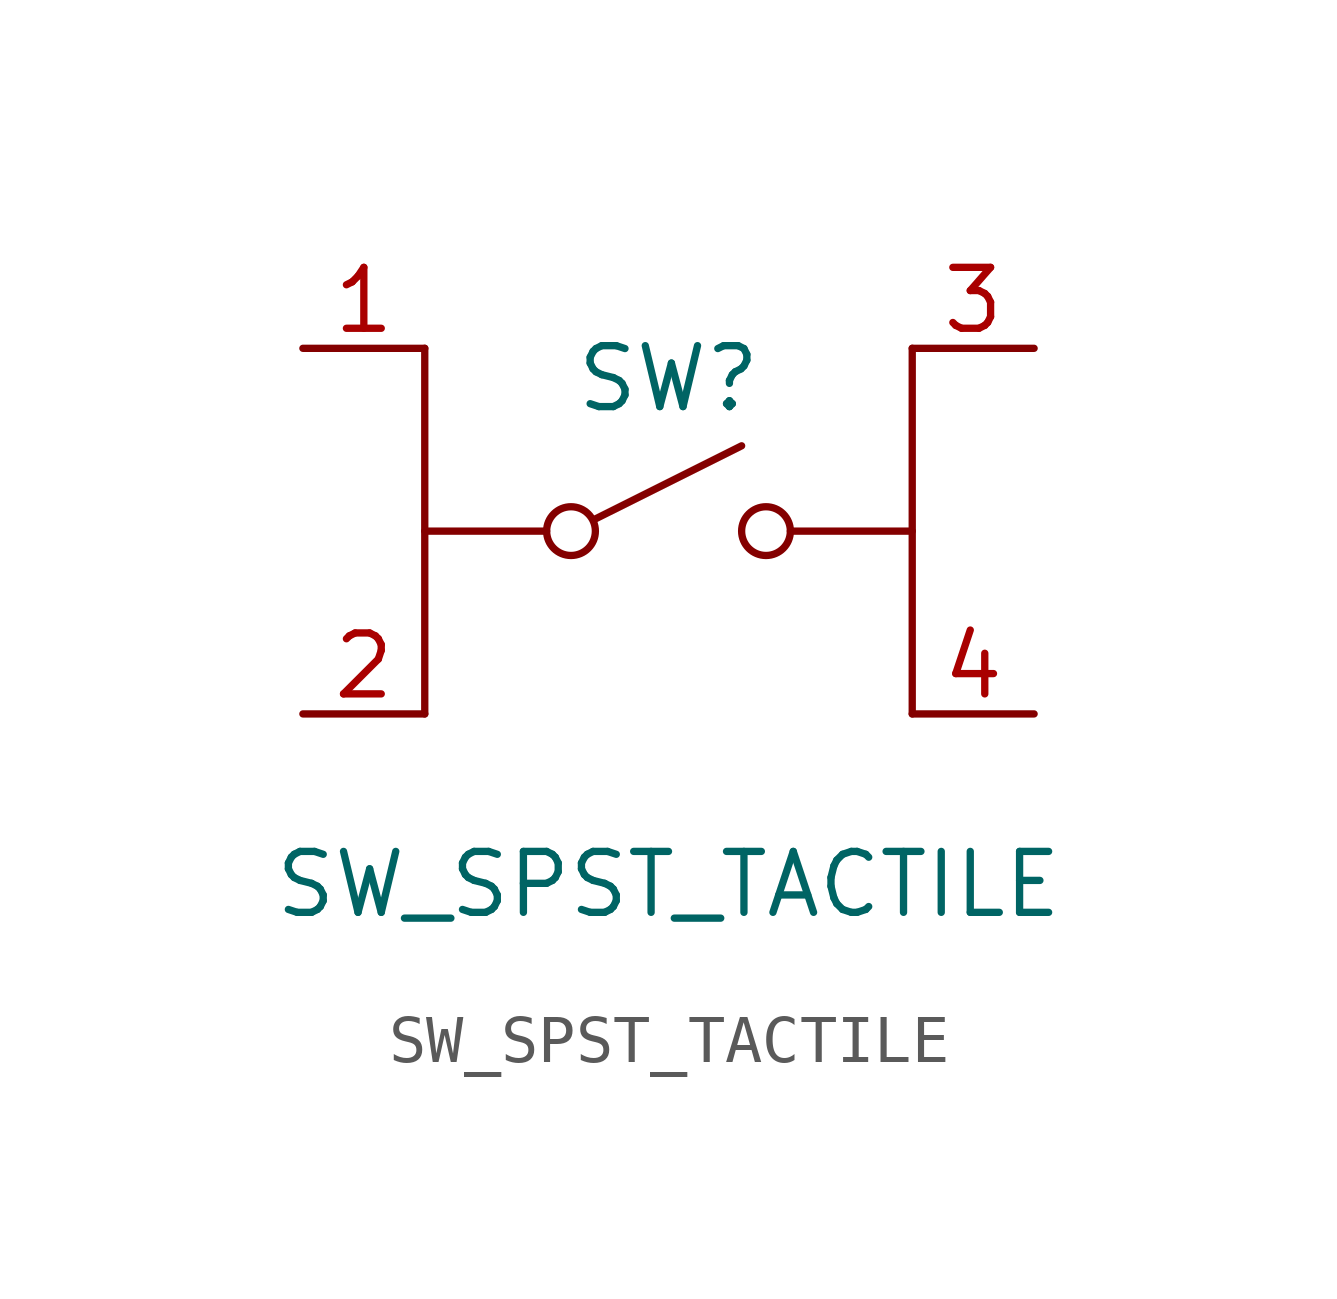
<source format=kicad_sym>
(kicad_symbol_lib
  (version 20231120)
  (generator "kicad_symbol_editor")
  (generator_version "8.0")
  (symbol "SW_SPST_TACTILE"
    (pin_names
      (offset 0) hide)
    (property "Reference" "SW"
      (at 0 3.175 0)
      (effects (font (size 1.27 1.27))))
    (property "Value" "SW_SPST_TACTILE"
      (at 0 -7.366 0)
      (effects (font (size 1.27 1.27))))
    (symbol "SW_SPST_TACTILE_0_0"
      (circle (center -2.032 0) (radius 0.508) (stroke (width 0) (type default)) (fill (type none)))
      (polyline (pts (xy -1.524 0.254) (xy 1.524 1.778)) (stroke (width 0) (type default)) (fill (type none)))
      (circle (center 2.032 0) (radius 0.508) (stroke (width 0) (type default)) (fill (type none))))
    (symbol "SW_SPST_TACTILE_0_1"
      (polyline (pts (xy -5.08 0) (xy -2.54 0)) (stroke (width 0) (type default)) (fill (type none)))
      (polyline (pts (xy -5.08 3.81) (xy -5.08 -3.81)) (stroke (width 0) (type default)) (fill (type none)))
      (polyline (pts (xy 5.08 0) (xy 2.54 0)) (stroke (width 0) (type default)) (fill (type none)))
      (polyline (pts (xy 5.08 3.81) (xy 5.08 -3.81)) (stroke (width 0) (type default)) (fill (type none))))
    (symbol "SW_SPST_TACTILE_1_1"
      (pin passive line (at -7.62 3.81 0) (length 2.54) (name "1" (effects (font (size 1.27 1.27)))) (number "1" (effects (font (size 1.27 1.27)))))
      (pin passive line (at -7.62 -3.81 0) (length 2.54) (name "2" (effects (font (size 1.27 1.27)))) (number "2" (effects (font (size 1.27 1.27)))))
      (pin passive line (at 7.62 3.81 180) (length 2.54) (name "3" (effects (font (size 1.27 1.27)))) (number "3" (effects (font (size 1.27 1.27)))))
      (pin passive line (at 7.62 -3.81 180) (length 2.54) (name "4" (effects (font (size 1.27 1.27)))) (number "4" (effects (font (size 1.27 1.27))))))))
</source>
